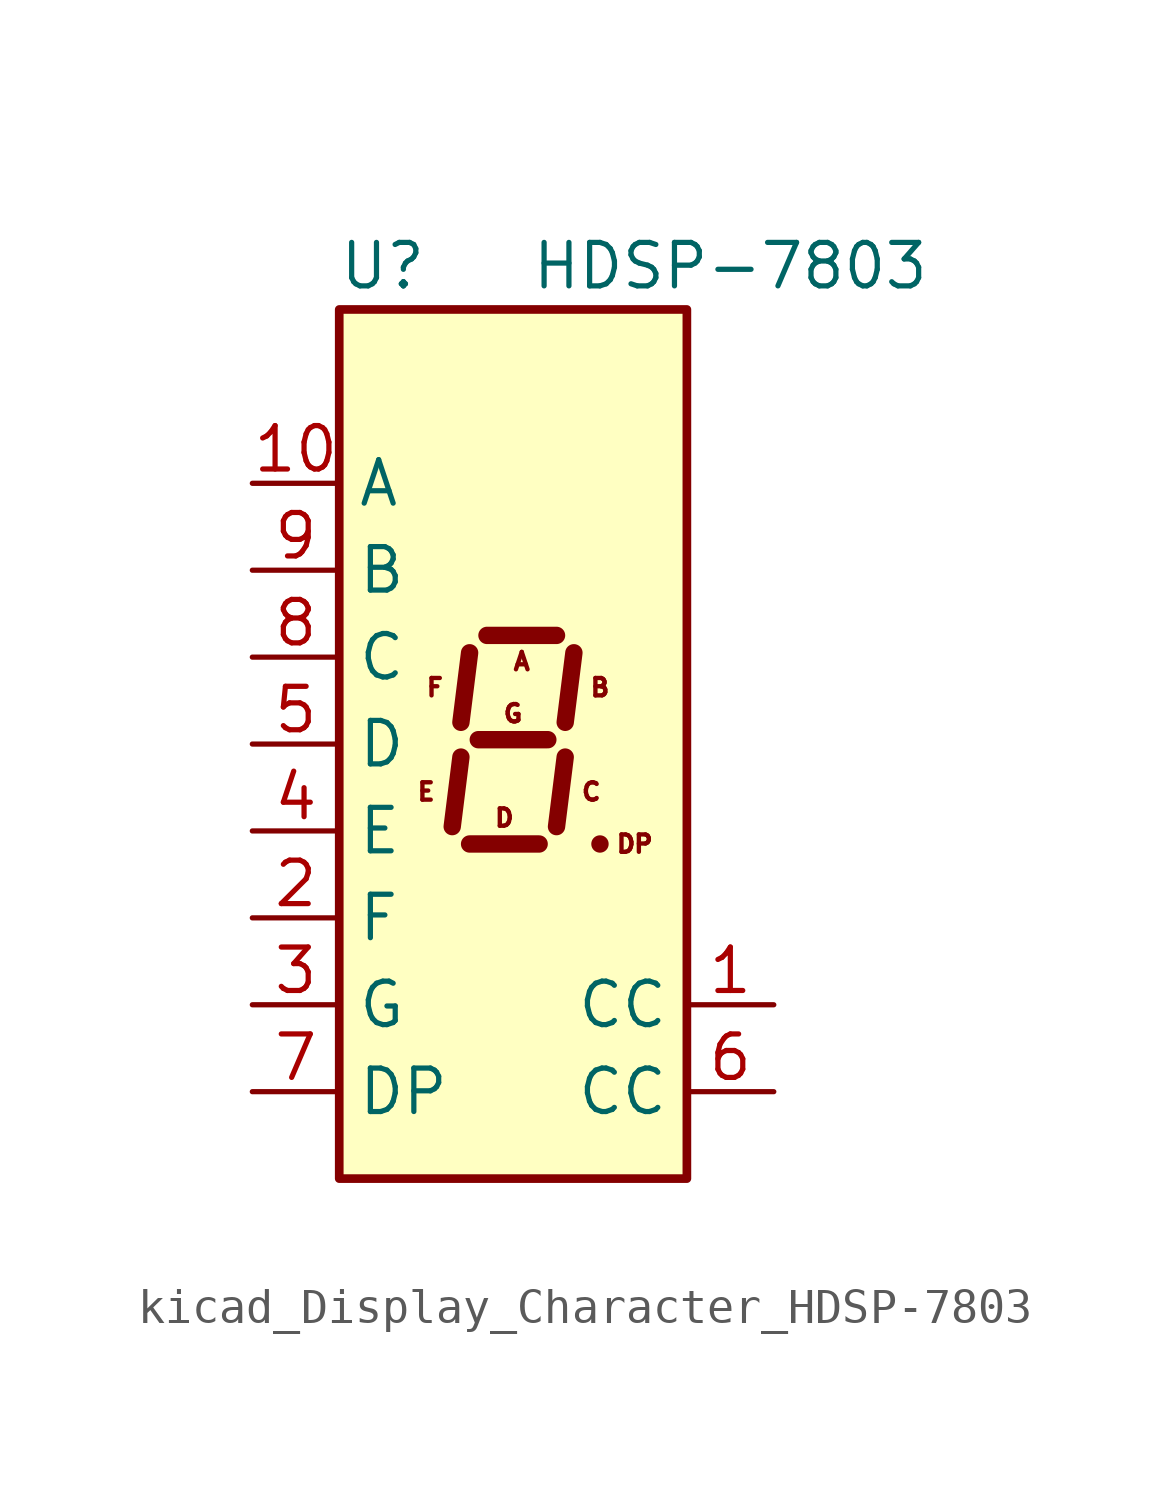
<source format=kicad_sym>
(kicad_symbol_lib
  (version 20220914)
  (generator kicad_symbol_editor)
  (symbol "kicad_Display_Character_HDSP-7803"
    (property "Reference" "U"
      (at -3.81 13.97 0)
      (effects (font (size 1.27 1.27))))
    (property "Value" "HDSP-7803"
      (at 6.35 13.97 0)
      (effects (font (size 1.27 1.27))))
    (symbol "kicad_Display_Character_HDSP-7803_1_0"
      (text "A" (at 0.254 2.413 0) (effects (font (size 0.508 0.508))))
      (text "B" (at 2.54 1.651 0) (effects (font (size 0.508 0.508))))
      (text "C" (at 2.286 -1.397 0) (effects (font (size 0.508 0.508))))
      (text "D" (at -0.254 -2.159 0) (effects (font (size 0.508 0.508))))
      (text "DP" (at 3.556 -2.921 0) (effects (font (size 0.508 0.508))))
      (text "E" (at -2.54 -1.397 0) (effects (font (size 0.508 0.508))))
      (text "F" (at -2.286 1.651 0) (effects (font (size 0.508 0.508))))
      (text "G" (at 0 0.889 0) (effects (font (size 0.508 0.508)))))
    (symbol "kicad_Display_Character_HDSP-7803_1_1"
      (rectangle (start -5.08 12.7) (end 5.08 -12.7) (stroke (width 0.254) (type default)) (fill (type background)))
      (polyline (pts (xy -1.524 -0.381) (xy -1.778 -2.413)) (stroke (width 0.508) (type default)) (fill (type none)))
      (polyline (pts (xy -1.27 -2.921) (xy 0.762 -2.921)) (stroke (width 0.508) (type default)) (fill (type none)))
      (polyline (pts (xy -1.27 2.667) (xy -1.524 0.635)) (stroke (width 0.508) (type default)) (fill (type none)))
      (polyline (pts (xy -1.016 0.127) (xy 1.016 0.127)) (stroke (width 0.508) (type default)) (fill (type none)))
      (polyline (pts (xy -0.762 3.175) (xy 1.27 3.175)) (stroke (width 0.508) (type default)) (fill (type none)))
      (polyline (pts (xy 1.524 -0.381) (xy 1.27 -2.413)) (stroke (width 0.508) (type default)) (fill (type none)))
      (polyline (pts (xy 1.778 2.667) (xy 1.524 0.635)) (stroke (width 0.508) (type default)) (fill (type none)))
      (polyline (pts (xy 2.54 -2.921) (xy 2.54 -2.921)) (stroke (width 0.508) (type default)) (fill (type none)))
      (pin input line (at 7.62 -7.62 180) (length 2.54) (name "CC" (effects (font (size 1.27 1.27)))) (number "1" (effects (font (size 1.27 1.27)))))
      (pin input line (at -7.62 7.62 0) (length 2.54) (name "A" (effects (font (size 1.27 1.27)))) (number "10" (effects (font (size 1.27 1.27)))))
      (pin input line (at -7.62 -5.08 0) (length 2.54) (name "F" (effects (font (size 1.27 1.27)))) (number "2" (effects (font (size 1.27 1.27)))))
      (pin input line (at -7.62 -7.62 0) (length 2.54) (name "G" (effects (font (size 1.27 1.27)))) (number "3" (effects (font (size 1.27 1.27)))))
      (pin input line (at -7.62 -2.54 0) (length 2.54) (name "E" (effects (font (size 1.27 1.27)))) (number "4" (effects (font (size 1.27 1.27)))))
      (pin input line (at -7.62 0 0) (length 2.54) (name "D" (effects (font (size 1.27 1.27)))) (number "5" (effects (font (size 1.27 1.27)))))
      (pin input line (at 7.62 -10.16 180) (length 2.54) (name "CC" (effects (font (size 1.27 1.27)))) (number "6" (effects (font (size 1.27 1.27)))))
      (pin input line (at -7.62 -10.16 0) (length 2.54) (name "DP" (effects (font (size 1.27 1.27)))) (number "7" (effects (font (size 1.27 1.27)))))
      (pin input line (at -7.62 2.54 0) (length 2.54) (name "C" (effects (font (size 1.27 1.27)))) (number "8" (effects (font (size 1.27 1.27)))))
      (pin input line (at -7.62 5.08 0) (length 2.54) (name "B" (effects (font (size 1.27 1.27)))) (number "9" (effects (font (size 1.27 1.27))))))))
</source>
